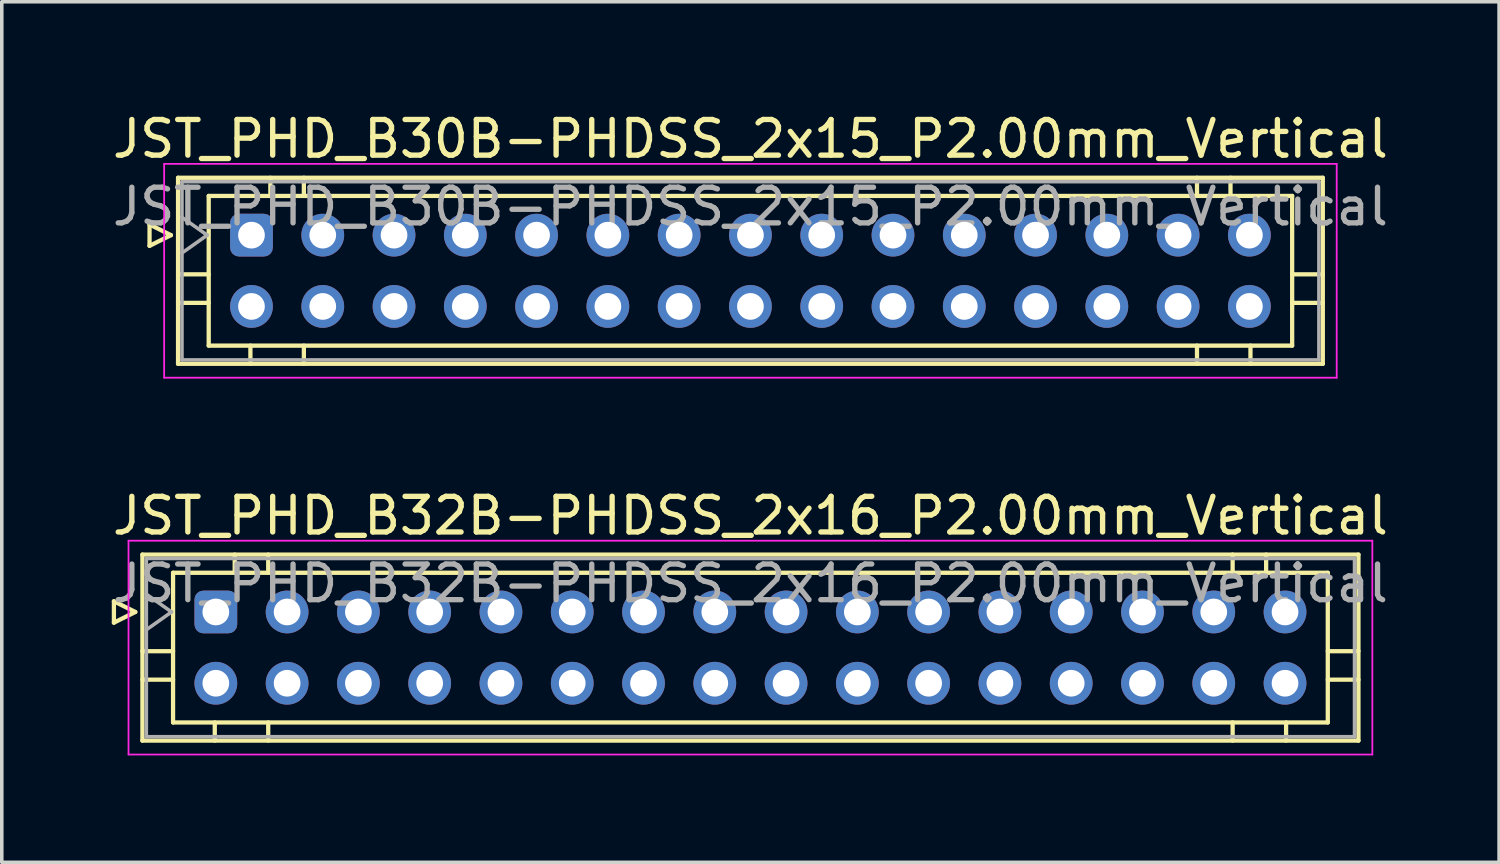
<source format=kicad_pcb>
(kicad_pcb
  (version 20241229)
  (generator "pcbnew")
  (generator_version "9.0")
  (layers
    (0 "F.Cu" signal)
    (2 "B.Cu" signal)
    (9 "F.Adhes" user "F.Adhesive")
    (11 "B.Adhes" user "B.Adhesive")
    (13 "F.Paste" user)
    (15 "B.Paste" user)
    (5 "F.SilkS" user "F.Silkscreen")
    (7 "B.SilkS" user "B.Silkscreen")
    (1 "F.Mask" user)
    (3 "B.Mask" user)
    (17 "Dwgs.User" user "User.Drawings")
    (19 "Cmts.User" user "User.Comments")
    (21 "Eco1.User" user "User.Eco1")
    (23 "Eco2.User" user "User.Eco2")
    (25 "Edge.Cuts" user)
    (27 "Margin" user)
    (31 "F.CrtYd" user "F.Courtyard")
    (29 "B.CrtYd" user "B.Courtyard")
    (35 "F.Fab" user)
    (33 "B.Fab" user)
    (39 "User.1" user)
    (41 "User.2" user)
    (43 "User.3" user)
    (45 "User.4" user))
  (footprint "JST_PHD_B32B-PHDSS_2x16_P2.00mm_Vertical"
    (layer "F.Cu")
    (at 3.006 14.121)
    (property "Reference" "JST_PHD_B32B-PHDSS_2x16_P2.00mm_Vertical" (at 15 -2.7 0) (layer "F.SilkS") (effects (font (size 1 1) (thickness 0.15))))
    (attr through_hole)
    (fp_line (start -2.86 -0.3) (end -2.26 0) (stroke (width 0.12) (type solid)) (layer "F.SilkS"))
    (fp_line (start -2.86 0.3) (end -2.86 -0.3) (stroke (width 0.12) (type solid)) (layer "F.SilkS"))
    (fp_line (start -2.26 0) (end -2.86 0.3) (stroke (width 0.12) (type solid)) (layer "F.SilkS"))
    (fp_line (start -2.06 -1.61) (end -2.06 3.61) (stroke (width 0.12) (type solid)) (layer "F.SilkS"))
    (fp_line (start -2.06 1.1) (end -1.2 1.1) (stroke (width 0.12) (type solid)) (layer "F.SilkS"))
    (fp_line (start -2.06 1.9) (end -1.2 1.9) (stroke (width 0.12) (type solid)) (layer "F.SilkS"))
    (fp_line (start -2.06 3.61) (end 32.06 3.61) (stroke (width 0.12) (type solid)) (layer "F.SilkS"))
    (fp_line (start -1.2 -1.1) (end -1.2 3.1) (stroke (width 0.12) (type solid)) (layer "F.SilkS"))
    (fp_line (start -1.2 3.1) (end 31.2 3.1) (stroke (width 0.12) (type solid)) (layer "F.SilkS"))
    (fp_line (start -0.03 3.61) (end -0.03 3.1) (stroke (width 0.12) (type solid)) (layer "F.SilkS"))
    (fp_line (start 0.53 -1.61) (end 0.53 -1.1) (stroke (width 0.12) (type solid)) (layer "F.SilkS"))
    (fp_line (start 1.47 -1.61) (end 1.47 -1.1) (stroke (width 0.12) (type solid)) (layer "F.SilkS"))
    (fp_line (start 1.47 3.61) (end 1.47 3.1) (stroke (width 0.12) (type solid)) (layer "F.SilkS"))
    (fp_line (start 28.53 -1.61) (end 28.53 -1.1) (stroke (width 0.12) (type solid)) (layer "F.SilkS"))
    (fp_line (start 28.53 3.61) (end 28.53 3.1) (stroke (width 0.12) (type solid)) (layer "F.SilkS"))
    (fp_line (start 29.47 -1.61) (end 29.47 -1.1) (stroke (width 0.12) (type solid)) (layer "F.SilkS"))
    (fp_line (start 30.03 3.61) (end 30.03 3.1) (stroke (width 0.12) (type solid)) (layer "F.SilkS"))
    (fp_line (start 31.2 -1.1) (end -1.2 -1.1) (stroke (width 0.12) (type solid)) (layer "F.SilkS"))
    (fp_line (start 31.2 3.1) (end 31.2 -1.1) (stroke (width 0.12) (type solid)) (layer "F.SilkS"))
    (fp_line (start 32.06 -1.61) (end -2.06 -1.61) (stroke (width 0.12) (type solid)) (layer "F.SilkS"))
    (fp_line (start 32.06 1.1) (end 31.2 1.1) (stroke (width 0.12) (type solid)) (layer "F.SilkS"))
    (fp_line (start 32.06 1.9) (end 31.2 1.9) (stroke (width 0.12) (type solid)) (layer "F.SilkS"))
    (fp_line (start 32.06 3.61) (end 32.06 -1.61) (stroke (width 0.12) (type solid)) (layer "F.SilkS"))
    (fp_line (start -2.45 -2) (end -2.45 4) (stroke (width 0.05) (type solid)) (layer "F.CrtYd"))
    (fp_line (start -2.45 4) (end 32.45 4) (stroke (width 0.05) (type solid)) (layer "F.CrtYd"))
    (fp_line (start 32.45 -2) (end -2.45 -2) (stroke (width 0.05) (type solid)) (layer "F.CrtYd"))
    (fp_line (start 32.45 4) (end 32.45 -2) (stroke (width 0.05) (type solid)) (layer "F.CrtYd"))
    (fp_line (start -1.95 -1.5) (end -1.95 3.5) (stroke (width 0.1) (type solid)) (layer "F.Fab"))
    (fp_line (start -1.95 0.5) (end -1.243 0) (stroke (width 0.1) (type solid)) (layer "F.Fab"))
    (fp_line (start -1.95 3.5) (end 31.95 3.5) (stroke (width 0.1) (type solid)) (layer "F.Fab"))
    (fp_line (start -1.243 0) (end -1.95 -0.5) (stroke (width 0.1) (type solid)) (layer "F.Fab"))
    (fp_line (start 31.95 -1.5) (end -1.95 -1.5) (stroke (width 0.1) (type solid)) (layer "F.Fab"))
    (fp_line (start 31.95 3.5) (end 31.95 -1.5) (stroke (width 0.1) (type solid)) (layer "F.Fab"))
    (fp_text user "${REFERENCE}" (at 15 -0.8 0) (layer "F.Fab") (effects (font (size 1 1) (thickness 0.15))))
    (pad "1" thru_hole roundrect (at 0 0) (size 1.2 1.2) (drill 0.75) (layers "*.Cu" "*.Mask") (roundrect_rratio 0.208))
    (pad "2" thru_hole circle (at 0 2) (size 1.2 1.2) (drill 0.75) (layers "*.Cu" "*.Mask"))
    (pad "3" thru_hole circle (at 2 0) (size 1.2 1.2) (drill 0.75) (layers "*.Cu" "*.Mask"))
    (pad "4" thru_hole circle (at 2 2) (size 1.2 1.2) (drill 0.75) (layers "*.Cu" "*.Mask"))
    (pad "5" thru_hole circle (at 4 0) (size 1.2 1.2) (drill 0.75) (layers "*.Cu" "*.Mask"))
    (pad "6" thru_hole circle (at 4 2) (size 1.2 1.2) (drill 0.75) (layers "*.Cu" "*.Mask"))
    (pad "7" thru_hole circle (at 6 0) (size 1.2 1.2) (drill 0.75) (layers "*.Cu" "*.Mask"))
    (pad "8" thru_hole circle (at 6 2) (size 1.2 1.2) (drill 0.75) (layers "*.Cu" "*.Mask"))
    (pad "9" thru_hole circle (at 8 0) (size 1.2 1.2) (drill 0.75) (layers "*.Cu" "*.Mask"))
    (pad "10" thru_hole circle (at 8 2) (size 1.2 1.2) (drill 0.75) (layers "*.Cu" "*.Mask"))
    (pad "11" thru_hole circle (at 10 0) (size 1.2 1.2) (drill 0.75) (layers "*.Cu" "*.Mask"))
    (pad "12" thru_hole circle (at 10 2) (size 1.2 1.2) (drill 0.75) (layers "*.Cu" "*.Mask"))
    (pad "13" thru_hole circle (at 12 0) (size 1.2 1.2) (drill 0.75) (layers "*.Cu" "*.Mask"))
    (pad "14" thru_hole circle (at 12 2) (size 1.2 1.2) (drill 0.75) (layers "*.Cu" "*.Mask"))
    (pad "15" thru_hole circle (at 14 0) (size 1.2 1.2) (drill 0.75) (layers "*.Cu" "*.Mask"))
    (pad "16" thru_hole circle (at 14 2) (size 1.2 1.2) (drill 0.75) (layers "*.Cu" "*.Mask"))
    (pad "17" thru_hole circle (at 16 0) (size 1.2 1.2) (drill 0.75) (layers "*.Cu" "*.Mask"))
    (pad "18" thru_hole circle (at 16 2) (size 1.2 1.2) (drill 0.75) (layers "*.Cu" "*.Mask"))
    (pad "19" thru_hole circle (at 18 0) (size 1.2 1.2) (drill 0.75) (layers "*.Cu" "*.Mask"))
    (pad "20" thru_hole circle (at 18 2) (size 1.2 1.2) (drill 0.75) (layers "*.Cu" "*.Mask"))
    (pad "21" thru_hole circle (at 20 0) (size 1.2 1.2) (drill 0.75) (layers "*.Cu" "*.Mask"))
    (pad "22" thru_hole circle (at 20 2) (size 1.2 1.2) (drill 0.75) (layers "*.Cu" "*.Mask"))
    (pad "23" thru_hole circle (at 22 0) (size 1.2 1.2) (drill 0.75) (layers "*.Cu" "*.Mask"))
    (pad "24" thru_hole circle (at 22 2) (size 1.2 1.2) (drill 0.75) (layers "*.Cu" "*.Mask"))
    (pad "25" thru_hole circle (at 24 0) (size 1.2 1.2) (drill 0.75) (layers "*.Cu" "*.Mask"))
    (pad "26" thru_hole circle (at 24 2) (size 1.2 1.2) (drill 0.75) (layers "*.Cu" "*.Mask"))
    (pad "27" thru_hole circle (at 26 0) (size 1.2 1.2) (drill 0.75) (layers "*.Cu" "*.Mask"))
    (pad "28" thru_hole circle (at 26 2) (size 1.2 1.2) (drill 0.75) (layers "*.Cu" "*.Mask"))
    (pad "29" thru_hole circle (at 28 0) (size 1.2 1.2) (drill 0.75) (layers "*.Cu" "*.Mask"))
    (pad "30" thru_hole circle (at 28 2) (size 1.2 1.2) (drill 0.75) (layers "*.Cu" "*.Mask"))
    (pad "31" thru_hole circle (at 30 0) (size 1.2 1.2) (drill 0.75) (layers "*.Cu" "*.Mask"))
    (pad "32" thru_hole circle (at 30 2) (size 1.2 1.2) (drill 0.75) (layers "*.Cu" "*.Mask")))
  (footprint "JST_PHD_B30B-PHDSS_2x15_P2.00mm_Vertical"
    (layer "F.Cu")
    (at 4.006 3.548)
    (property "Reference" "JST_PHD_B30B-PHDSS_2x15_P2.00mm_Vertical" (at 14 -2.7 0) (layer "F.SilkS") (effects (font (size 1 1) (thickness 0.15))))
    (attr through_hole)
    (fp_line (start -2.86 -0.3) (end -2.26 0) (stroke (width 0.12) (type solid)) (layer "F.SilkS"))
    (fp_line (start -2.86 0.3) (end -2.86 -0.3) (stroke (width 0.12) (type solid)) (layer "F.SilkS"))
    (fp_line (start -2.26 0) (end -2.86 0.3) (stroke (width 0.12) (type solid)) (layer "F.SilkS"))
    (fp_line (start -2.06 -1.61) (end -2.06 3.61) (stroke (width 0.12) (type solid)) (layer "F.SilkS"))
    (fp_line (start -2.06 1.1) (end -1.2 1.1) (stroke (width 0.12) (type solid)) (layer "F.SilkS"))
    (fp_line (start -2.06 1.9) (end -1.2 1.9) (stroke (width 0.12) (type solid)) (layer "F.SilkS"))
    (fp_line (start -2.06 3.61) (end 30.06 3.61) (stroke (width 0.12) (type solid)) (layer "F.SilkS"))
    (fp_line (start -1.2 -1.1) (end -1.2 3.1) (stroke (width 0.12) (type solid)) (layer "F.SilkS"))
    (fp_line (start -1.2 3.1) (end 29.2 3.1) (stroke (width 0.12) (type solid)) (layer "F.SilkS"))
    (fp_line (start -0.03 3.61) (end -0.03 3.1) (stroke (width 0.12) (type solid)) (layer "F.SilkS"))
    (fp_line (start 0.53 -1.61) (end 0.53 -1.1) (stroke (width 0.12) (type solid)) (layer "F.SilkS"))
    (fp_line (start 1.47 -1.61) (end 1.47 -1.1) (stroke (width 0.12) (type solid)) (layer "F.SilkS"))
    (fp_line (start 1.47 3.61) (end 1.47 3.1) (stroke (width 0.12) (type solid)) (layer "F.SilkS"))
    (fp_line (start 26.53 -1.61) (end 26.53 -1.1) (stroke (width 0.12) (type solid)) (layer "F.SilkS"))
    (fp_line (start 26.53 3.61) (end 26.53 3.1) (stroke (width 0.12) (type solid)) (layer "F.SilkS"))
    (fp_line (start 27.47 -1.61) (end 27.47 -1.1) (stroke (width 0.12) (type solid)) (layer "F.SilkS"))
    (fp_line (start 28.03 3.61) (end 28.03 3.1) (stroke (width 0.12) (type solid)) (layer "F.SilkS"))
    (fp_line (start 29.2 -1.1) (end -1.2 -1.1) (stroke (width 0.12) (type solid)) (layer "F.SilkS"))
    (fp_line (start 29.2 3.1) (end 29.2 -1.1) (stroke (width 0.12) (type solid)) (layer "F.SilkS"))
    (fp_line (start 30.06 -1.61) (end -2.06 -1.61) (stroke (width 0.12) (type solid)) (layer "F.SilkS"))
    (fp_line (start 30.06 1.1) (end 29.2 1.1) (stroke (width 0.12) (type solid)) (layer "F.SilkS"))
    (fp_line (start 30.06 1.9) (end 29.2 1.9) (stroke (width 0.12) (type solid)) (layer "F.SilkS"))
    (fp_line (start 30.06 3.61) (end 30.06 -1.61) (stroke (width 0.12) (type solid)) (layer "F.SilkS"))
    (fp_line (start -2.45 -2) (end -2.45 4) (stroke (width 0.05) (type solid)) (layer "F.CrtYd"))
    (fp_line (start -2.45 4) (end 30.45 4) (stroke (width 0.05) (type solid)) (layer "F.CrtYd"))
    (fp_line (start 30.45 -2) (end -2.45 -2) (stroke (width 0.05) (type solid)) (layer "F.CrtYd"))
    (fp_line (start 30.45 4) (end 30.45 -2) (stroke (width 0.05) (type solid)) (layer "F.CrtYd"))
    (fp_line (start -1.95 -1.5) (end -1.95 3.5) (stroke (width 0.1) (type solid)) (layer "F.Fab"))
    (fp_line (start -1.95 0.5) (end -1.243 0) (stroke (width 0.1) (type solid)) (layer "F.Fab"))
    (fp_line (start -1.95 3.5) (end 29.95 3.5) (stroke (width 0.1) (type solid)) (layer "F.Fab"))
    (fp_line (start -1.243 0) (end -1.95 -0.5) (stroke (width 0.1) (type solid)) (layer "F.Fab"))
    (fp_line (start 29.95 -1.5) (end -1.95 -1.5) (stroke (width 0.1) (type solid)) (layer "F.Fab"))
    (fp_line (start 29.95 3.5) (end 29.95 -1.5) (stroke (width 0.1) (type solid)) (layer "F.Fab"))
    (fp_text user "${REFERENCE}" (at 14 -0.8 0) (layer "F.Fab") (effects (font (size 1 1) (thickness 0.15))))
    (pad "1" thru_hole roundrect (at 0 0) (size 1.2 1.2) (drill 0.75) (layers "*.Cu" "*.Mask") (roundrect_rratio 0.208))
    (pad "2" thru_hole circle (at 0 2) (size 1.2 1.2) (drill 0.75) (layers "*.Cu" "*.Mask"))
    (pad "3" thru_hole circle (at 2 0) (size 1.2 1.2) (drill 0.75) (layers "*.Cu" "*.Mask"))
    (pad "4" thru_hole circle (at 2 2) (size 1.2 1.2) (drill 0.75) (layers "*.Cu" "*.Mask"))
    (pad "5" thru_hole circle (at 4 0) (size 1.2 1.2) (drill 0.75) (layers "*.Cu" "*.Mask"))
    (pad "6" thru_hole circle (at 4 2) (size 1.2 1.2) (drill 0.75) (layers "*.Cu" "*.Mask"))
    (pad "7" thru_hole circle (at 6 0) (size 1.2 1.2) (drill 0.75) (layers "*.Cu" "*.Mask"))
    (pad "8" thru_hole circle (at 6 2) (size 1.2 1.2) (drill 0.75) (layers "*.Cu" "*.Mask"))
    (pad "9" thru_hole circle (at 8 0) (size 1.2 1.2) (drill 0.75) (layers "*.Cu" "*.Mask"))
    (pad "10" thru_hole circle (at 8 2) (size 1.2 1.2) (drill 0.75) (layers "*.Cu" "*.Mask"))
    (pad "11" thru_hole circle (at 10 0) (size 1.2 1.2) (drill 0.75) (layers "*.Cu" "*.Mask"))
    (pad "12" thru_hole circle (at 10 2) (size 1.2 1.2) (drill 0.75) (layers "*.Cu" "*.Mask"))
    (pad "13" thru_hole circle (at 12 0) (size 1.2 1.2) (drill 0.75) (layers "*.Cu" "*.Mask"))
    (pad "14" thru_hole circle (at 12 2) (size 1.2 1.2) (drill 0.75) (layers "*.Cu" "*.Mask"))
    (pad "15" thru_hole circle (at 14 0) (size 1.2 1.2) (drill 0.75) (layers "*.Cu" "*.Mask"))
    (pad "16" thru_hole circle (at 14 2) (size 1.2 1.2) (drill 0.75) (layers "*.Cu" "*.Mask"))
    (pad "17" thru_hole circle (at 16 0) (size 1.2 1.2) (drill 0.75) (layers "*.Cu" "*.Mask"))
    (pad "18" thru_hole circle (at 16 2) (size 1.2 1.2) (drill 0.75) (layers "*.Cu" "*.Mask"))
    (pad "19" thru_hole circle (at 18 0) (size 1.2 1.2) (drill 0.75) (layers "*.Cu" "*.Mask"))
    (pad "20" thru_hole circle (at 18 2) (size 1.2 1.2) (drill 0.75) (layers "*.Cu" "*.Mask"))
    (pad "21" thru_hole circle (at 20 0) (size 1.2 1.2) (drill 0.75) (layers "*.Cu" "*.Mask"))
    (pad "22" thru_hole circle (at 20 2) (size 1.2 1.2) (drill 0.75) (layers "*.Cu" "*.Mask"))
    (pad "23" thru_hole circle (at 22 0) (size 1.2 1.2) (drill 0.75) (layers "*.Cu" "*.Mask"))
    (pad "24" thru_hole circle (at 22 2) (size 1.2 1.2) (drill 0.75) (layers "*.Cu" "*.Mask"))
    (pad "25" thru_hole circle (at 24 0) (size 1.2 1.2) (drill 0.75) (layers "*.Cu" "*.Mask"))
    (pad "26" thru_hole circle (at 24 2) (size 1.2 1.2) (drill 0.75) (layers "*.Cu" "*.Mask"))
    (pad "27" thru_hole circle (at 26 0) (size 1.2 1.2) (drill 0.75) (layers "*.Cu" "*.Mask"))
    (pad "28" thru_hole circle (at 26 2) (size 1.2 1.2) (drill 0.75) (layers "*.Cu" "*.Mask"))
    (pad "29" thru_hole circle (at 28 0) (size 1.2 1.2) (drill 0.75) (layers "*.Cu" "*.Mask"))
    (pad "30" thru_hole circle (at 28 2) (size 1.2 1.2) (drill 0.75) (layers "*.Cu" "*.Mask")))
  (gr_rect
    (start -3 -3)
    (end 39.012 21.146)
    (stroke (width 0.1) (type default))
    (fill no)
    (layer "Edge.Cuts")))
</source>
